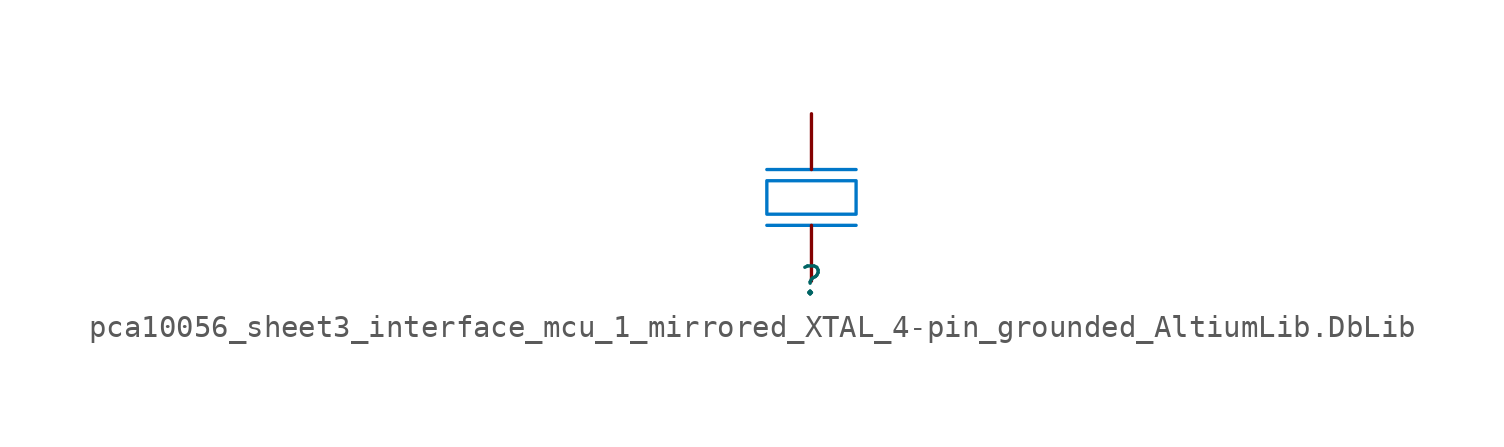
<source format=kicad_sym>
(kicad_symbol_lib
  (version 20241209)
  (generator "kicad_symbol_editor")
  (generator_version "9.0")
  (symbol "pca10056_sheet3_interface_mcu_1_mirrored_XTAL_4-pin_grounded_AltiumLib.DbLib"
    (pin_numbers
      (hide yes))
    (pin_names
      (hide yes))
    (property "Reference" ""
      (at 0 0 0)
      (effects (font (size 1.27 1.27))))
    (property "Value" ""
      (at 0 0 0)
      (effects (font (size 1.27 1.27))))
    (symbol "pca10056_sheet3_interface_mcu_1_mirrored_XTAL_4-pin_grounded_AltiumLib.DbLib_1_0"
      (polyline (pts (xy -2.032 4.572) (xy 2.032 4.572) (xy 2.032 3.048) (xy -2.032 3.048) (xy -2.032 4.572)) (stroke (width 0) (type solid) (color 0 119 200 1)) (fill (type none)))
      (polyline (pts (xy 2.032 5.08) (xy -2.032 5.08)) (stroke (width 0) (type solid) (color 0 119 200 1)) (fill (type none)))
      (polyline (pts (xy 2.032 2.54) (xy -2.032 2.54)) (stroke (width 0) (type solid) (color 0 119 200 1)) (fill (type none)))
      (pin passive line (at -7.112 7.366 0) (length 2.54) (hide yes) (name "GND" (effects (font (size 1.27 1.27)))) (number "4" (effects (font (size 1.27 1.27)))))
      (pin passive line (at -7.112 5.08 0) (length 2.54) (hide yes) (name "GND" (effects (font (size 1.27 1.27)))) (number "2" (effects (font (size 1.27 1.27)))))
      (pin passive line (at 0 7.62 270) (length 2.54) (name "out" (effects (font (size 1.27 1.27)))) (number "3" (effects (font (size 1.27 1.27)))))
      (pin passive line (at 0 0 90) (length 2.54) (name "inp" (effects (font (size 1.27 1.27)))) (number "1" (effects (font (size 1.27 1.27))))))))
</source>
